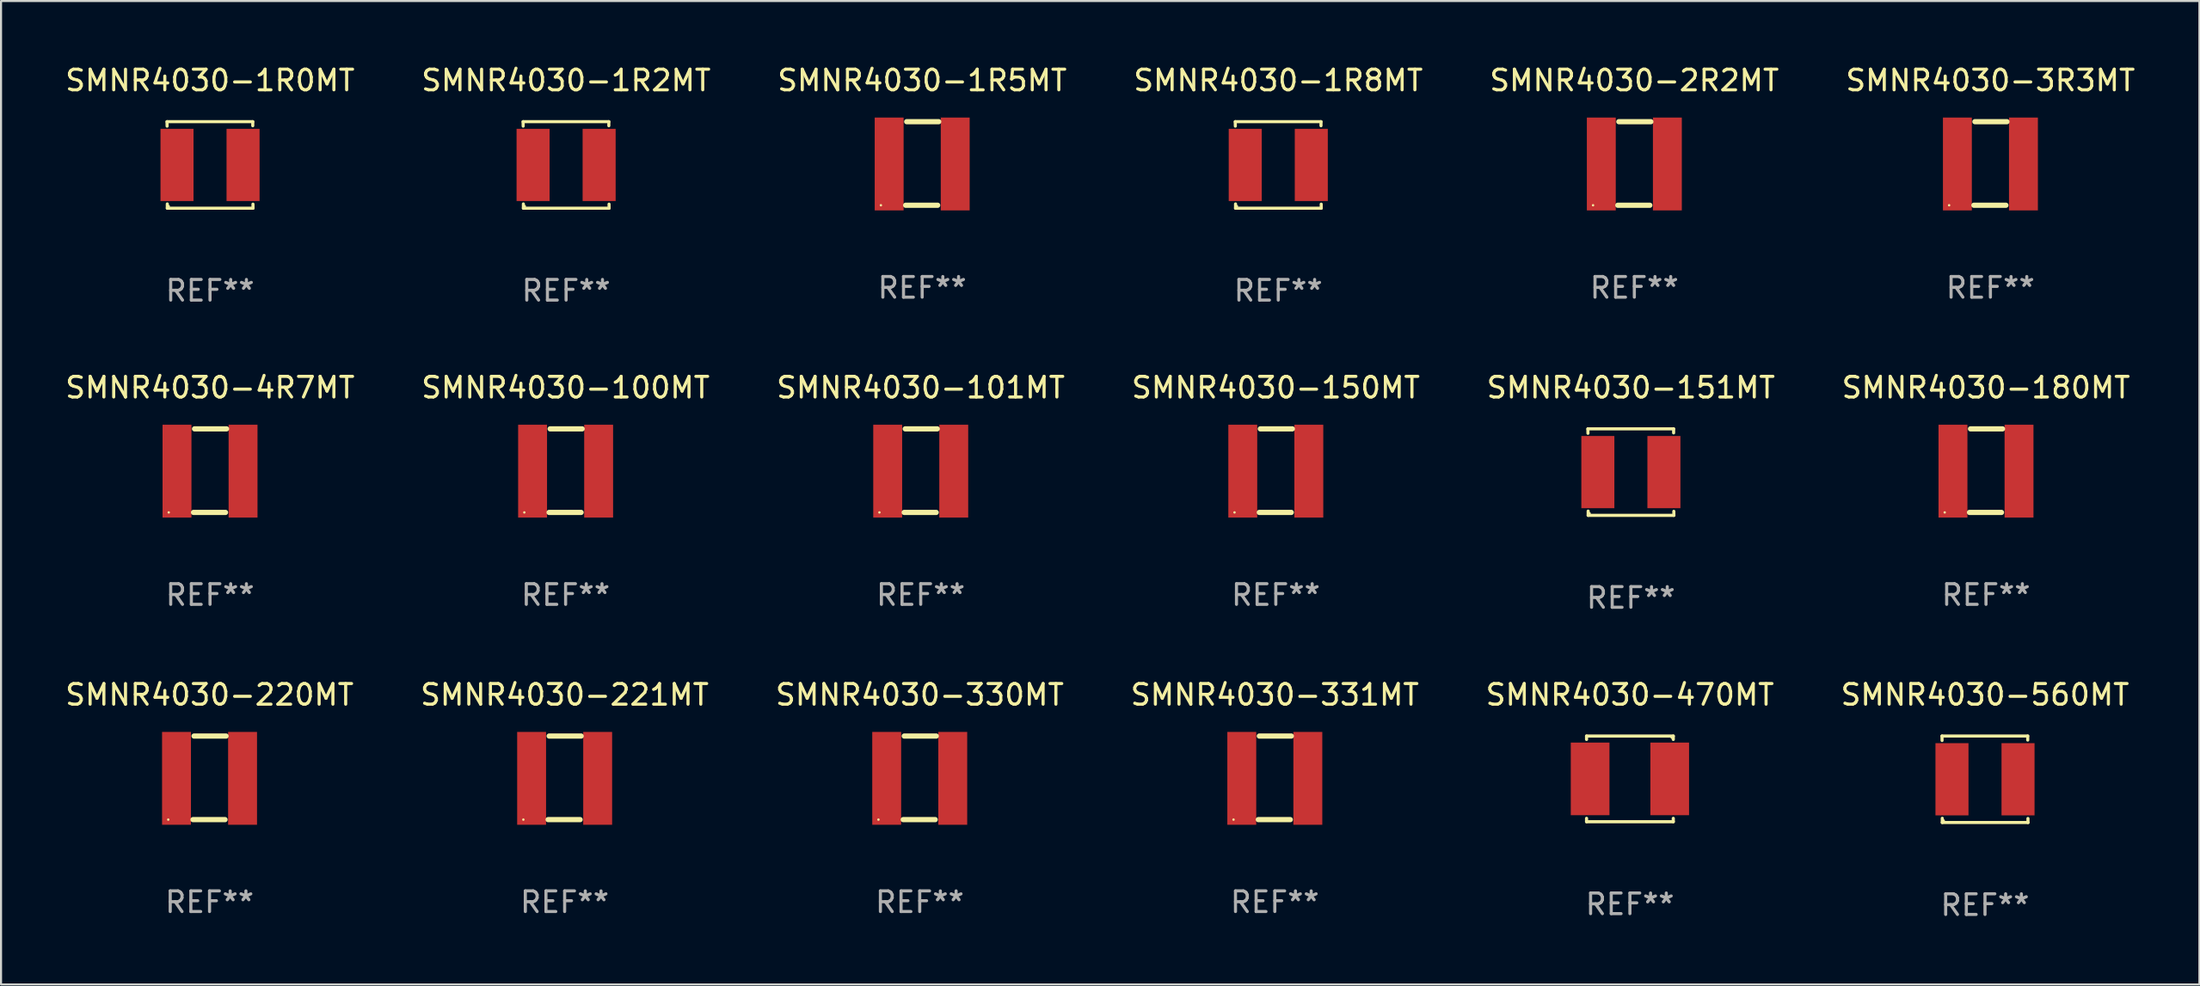
<source format=kicad_pcb>
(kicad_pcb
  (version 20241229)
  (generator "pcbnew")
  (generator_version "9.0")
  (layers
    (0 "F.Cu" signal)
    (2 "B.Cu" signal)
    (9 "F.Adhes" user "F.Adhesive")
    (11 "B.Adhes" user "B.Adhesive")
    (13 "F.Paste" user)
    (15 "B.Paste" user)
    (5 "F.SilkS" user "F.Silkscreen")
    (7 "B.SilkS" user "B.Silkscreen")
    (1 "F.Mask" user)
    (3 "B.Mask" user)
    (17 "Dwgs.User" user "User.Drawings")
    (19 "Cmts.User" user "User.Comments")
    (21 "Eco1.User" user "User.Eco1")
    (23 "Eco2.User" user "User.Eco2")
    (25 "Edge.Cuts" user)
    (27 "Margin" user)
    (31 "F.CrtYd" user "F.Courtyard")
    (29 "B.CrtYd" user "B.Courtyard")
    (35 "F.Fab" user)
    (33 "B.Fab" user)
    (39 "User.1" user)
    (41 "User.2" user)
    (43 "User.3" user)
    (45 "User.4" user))
  (footprint "SMNR4030-100MT"
    (layer "F.Cu")
    (at 24.351 19.761)
    (property "Reference" "SMNR4030-100MT" (at 0 -4.025 0) (layer "F.SilkS") (effects (font (size 1 1) (thickness 0.15))))
    (attr through_hole)
    (fp_line (start -0.8 2.025) (end 0.75 2.025) (stroke (width 0.254) (type solid)) (layer "F.SilkS"))
    (fp_line (start -0.75 -2.025) (end 0.8 -2.025) (stroke (width 0.254) (type solid)) (layer "F.SilkS"))
    (fp_circle (center -2 2.025) (end -1.97 2.025) (stroke (width 0.06) (type solid)) (fill no) (layer "F.SilkS"))
    (fp_text user "REF**" (at 0 6.025 0) (layer "F.Fab") (effects (font (size 1 1) (thickness 0.15))))
    (pad "1" smd rect (at -1.6 0.025) (size 1.4 4.5) (layers "F.Cu" "F.Mask" "F.Paste"))
    (pad "2" smd rect (at 1.6 0.025) (size 1.4 4.5) (layers "F.Cu" "F.Mask" "F.Paste")))
  (footprint "SMNR4030-151MT"
    (layer "F.Cu")
    (at 75.958 19.832)
    (property "Reference" "SMNR4030-151MT" (at 0 -4.096 0) (layer "F.SilkS") (effects (font (size 1 1) (thickness 0.15))))
    (attr through_hole)
    (fp_line (start -2.083 -2.096) (end -2.08 -1.88) (stroke (width 0.15) (type solid)) (layer "F.SilkS"))
    (fp_line (start -2.07 1.89) (end -2.07 2.096) (stroke (width 0.15) (type solid)) (layer "F.SilkS"))
    (fp_line (start -2.07 2.096) (end 2.083 2.096) (stroke (width 0.15) (type solid)) (layer "F.SilkS"))
    (fp_line (start 2.07 -1.9) (end 2.07 -2.096) (stroke (width 0.15) (type solid)) (layer "F.SilkS"))
    (fp_line (start 2.07 -2.096) (end -2.083 -2.096) (stroke (width 0.15) (type solid)) (layer "F.SilkS"))
    (fp_line (start 2.083 2.096) (end 2.08 1.9) (stroke (width 0.15) (type solid)) (layer "F.SilkS"))
    (fp_circle (center -2 2) (end -1.97 2) (stroke (width 0.06) (type solid)) (fill no) (layer "F.SilkS"))
    (fp_text user "REF**" (at 0 6.096 0) (layer "F.Fab") (effects (font (size 1 1) (thickness 0.15))))
    (pad "1" smd rect (at -1.6 -0.000343) (size 1.6 3.5) (layers "F.Cu" "F.Mask" "F.Paste"))
    (pad "2" smd rect (at 1.6 -0.000343) (size 1.6 3.5) (layers "F.Cu" "F.Mask" "F.Paste")))
  (footprint "SMNR4030-2R2MT"
    (layer "F.Cu")
    (at 76.125 4.873)
    (property "Reference" "SMNR4030-2R2MT" (at 0 -4.025 0) (layer "F.SilkS") (effects (font (size 1 1) (thickness 0.15))))
    (attr through_hole)
    (fp_line (start -0.8 2.025) (end 0.75 2.025) (stroke (width 0.254) (type solid)) (layer "F.SilkS"))
    (fp_line (start -0.75 -2.025) (end 0.8 -2.025) (stroke (width 0.254) (type solid)) (layer "F.SilkS"))
    (fp_circle (center -2 2.025) (end -1.97 2.025) (stroke (width 0.06) (type solid)) (fill no) (layer "F.SilkS"))
    (fp_text user "REF**" (at 0 6.025 0) (layer "F.Fab") (effects (font (size 1 1) (thickness 0.15))))
    (pad "1" smd rect (at -1.6 0.025) (size 1.4 4.5) (layers "F.Cu" "F.Mask" "F.Paste"))
    (pad "2" smd rect (at 1.6 0.025) (size 1.4 4.5) (layers "F.Cu" "F.Mask" "F.Paste")))
  (footprint "SMNR4030-1R5MT"
    (layer "F.Cu")
    (at 41.625 4.873)
    (property "Reference" "SMNR4030-1R5MT" (at 0 -4.025 0) (layer "F.SilkS") (effects (font (size 1 1) (thickness 0.15))))
    (attr through_hole)
    (fp_line (start -0.8 2.025) (end 0.75 2.025) (stroke (width 0.254) (type solid)) (layer "F.SilkS"))
    (fp_line (start -0.75 -2.025) (end 0.8 -2.025) (stroke (width 0.254) (type solid)) (layer "F.SilkS"))
    (fp_circle (center -2 2.025) (end -1.97 2.025) (stroke (width 0.06) (type solid)) (fill no) (layer "F.SilkS"))
    (fp_text user "REF**" (at 0 6.025 0) (layer "F.Fab") (effects (font (size 1 1) (thickness 0.15))))
    (pad "1" smd rect (at -1.6 0.025) (size 1.4 4.5) (layers "F.Cu" "F.Mask" "F.Paste"))
    (pad "2" smd rect (at 1.6 0.025) (size 1.4 4.5) (layers "F.Cu" "F.Mask" "F.Paste")))
  (footprint "SMNR4030-180MT"
    (layer "F.Cu")
    (at 93.161 19.761)
    (property "Reference" "SMNR4030-180MT" (at 0 -4.025 0) (layer "F.SilkS") (effects (font (size 1 1) (thickness 0.15))))
    (attr through_hole)
    (fp_line (start -0.8 2.025) (end 0.75 2.025) (stroke (width 0.254) (type solid)) (layer "F.SilkS"))
    (fp_line (start -0.75 -2.025) (end 0.8 -2.025) (stroke (width 0.254) (type solid)) (layer "F.SilkS"))
    (fp_circle (center -2 2.025) (end -1.97 2.025) (stroke (width 0.06) (type solid)) (fill no) (layer "F.SilkS"))
    (fp_text user "REF**" (at 0 6.025 0) (layer "F.Fab") (effects (font (size 1 1) (thickness 0.15))))
    (pad "1" smd rect (at -1.6 0.025) (size 1.4 4.5) (layers "F.Cu" "F.Mask" "F.Paste"))
    (pad "2" smd rect (at 1.6 0.025) (size 1.4 4.5) (layers "F.Cu" "F.Mask" "F.Paste")))
  (footprint "SMNR4030-150MT"
    (layer "F.Cu")
    (at 58.756 19.761)
    (property "Reference" "SMNR4030-150MT" (at 0 -4.025 0) (layer "F.SilkS") (effects (font (size 1 1) (thickness 0.15))))
    (attr through_hole)
    (fp_line (start -0.8 2.025) (end 0.75 2.025) (stroke (width 0.254) (type solid)) (layer "F.SilkS"))
    (fp_line (start -0.75 -2.025) (end 0.8 -2.025) (stroke (width 0.254) (type solid)) (layer "F.SilkS"))
    (fp_circle (center -2 2.025) (end -1.97 2.025) (stroke (width 0.06) (type solid)) (fill no) (layer "F.SilkS"))
    (fp_text user "REF**" (at 0 6.025 0) (layer "F.Fab") (effects (font (size 1 1) (thickness 0.15))))
    (pad "1" smd rect (at -1.6 0.025) (size 1.4 4.5) (layers "F.Cu" "F.Mask" "F.Paste"))
    (pad "2" smd rect (at 1.6 0.025) (size 1.4 4.5) (layers "F.Cu" "F.Mask" "F.Paste")))
  (footprint "SMNR4030-221MT"
    (layer "F.Cu")
    (at 24.304 34.65)
    (property "Reference" "SMNR4030-221MT" (at 0 -4.025 0) (layer "F.SilkS") (effects (font (size 1 1) (thickness 0.15))))
    (attr through_hole)
    (fp_line (start -0.8 2.025) (end 0.75 2.025) (stroke (width 0.254) (type solid)) (layer "F.SilkS"))
    (fp_line (start -0.75 -2.025) (end 0.8 -2.025) (stroke (width 0.254) (type solid)) (layer "F.SilkS"))
    (fp_circle (center -2 2.025) (end -1.97 2.025) (stroke (width 0.06) (type solid)) (fill no) (layer "F.SilkS"))
    (fp_text user "REF**" (at 0 6.025 0) (layer "F.Fab") (effects (font (size 1 1) (thickness 0.15))))
    (pad "1" smd rect (at -1.6 0.025) (size 1.4 4.5) (layers "F.Cu" "F.Mask" "F.Paste"))
    (pad "2" smd rect (at 1.6 0.025) (size 1.4 4.5) (layers "F.Cu" "F.Mask" "F.Paste")))
  (footprint "SMNR4030-331MT"
    (layer "F.Cu")
    (at 58.708 34.65)
    (property "Reference" "SMNR4030-331MT" (at 0 -4.025 0) (layer "F.SilkS") (effects (font (size 1 1) (thickness 0.15))))
    (attr through_hole)
    (fp_line (start -0.8 2.025) (end 0.75 2.025) (stroke (width 0.254) (type solid)) (layer "F.SilkS"))
    (fp_line (start -0.75 -2.025) (end 0.8 -2.025) (stroke (width 0.254) (type solid)) (layer "F.SilkS"))
    (fp_circle (center -2 2.025) (end -1.97 2.025) (stroke (width 0.06) (type solid)) (fill no) (layer "F.SilkS"))
    (fp_text user "REF**" (at 0 6.025 0) (layer "F.Fab") (effects (font (size 1 1) (thickness 0.15))))
    (pad "1" smd rect (at -1.6 0.025) (size 1.4 4.5) (layers "F.Cu" "F.Mask" "F.Paste"))
    (pad "2" smd rect (at 1.6 0.025) (size 1.4 4.5) (layers "F.Cu" "F.Mask" "F.Paste")))
  (footprint "SMNR4030-1R8MT"
    (layer "F.Cu")
    (at 58.875 4.944)
    (property "Reference" "SMNR4030-1R8MT" (at 0 -4.096 0) (layer "F.SilkS") (effects (font (size 1 1) (thickness 0.15))))
    (attr through_hole)
    (fp_line (start -2.083 -2.096) (end -2.08 -1.88) (stroke (width 0.15) (type solid)) (layer "F.SilkS"))
    (fp_line (start -2.07 1.89) (end -2.07 2.096) (stroke (width 0.15) (type solid)) (layer "F.SilkS"))
    (fp_line (start -2.07 2.096) (end 2.083 2.096) (stroke (width 0.15) (type solid)) (layer "F.SilkS"))
    (fp_line (start 2.07 -1.9) (end 2.07 -2.096) (stroke (width 0.15) (type solid)) (layer "F.SilkS"))
    (fp_line (start 2.07 -2.096) (end -2.083 -2.096) (stroke (width 0.15) (type solid)) (layer "F.SilkS"))
    (fp_line (start 2.083 2.096) (end 2.08 1.9) (stroke (width 0.15) (type solid)) (layer "F.SilkS"))
    (fp_circle (center -2 2) (end -1.97 2) (stroke (width 0.06) (type solid)) (fill no) (layer "F.SilkS"))
    (fp_text user "REF**" (at 0 6.096 0) (layer "F.Fab") (effects (font (size 1 1) (thickness 0.15))))
    (pad "1" smd rect (at -1.6 -0.000343) (size 1.6 3.5) (layers "F.Cu" "F.Mask" "F.Paste"))
    (pad "2" smd rect (at 1.6 -0.000343) (size 1.6 3.5) (layers "F.Cu" "F.Mask" "F.Paste")))
  (footprint "SMNR4030-1R0MT"
    (layer "F.Cu")
    (at 7.125 4.944)
    (property "Reference" "SMNR4030-1R0MT" (at 0 -4.096 0) (layer "F.SilkS") (effects (font (size 1 1) (thickness 0.15))))
    (attr through_hole)
    (fp_line (start -2.083 -2.096) (end -2.08 -1.88) (stroke (width 0.15) (type solid)) (layer "F.SilkS"))
    (fp_line (start -2.07 1.89) (end -2.07 2.096) (stroke (width 0.15) (type solid)) (layer "F.SilkS"))
    (fp_line (start -2.07 2.096) (end 2.083 2.096) (stroke (width 0.15) (type solid)) (layer "F.SilkS"))
    (fp_line (start 2.07 -1.9) (end 2.07 -2.096) (stroke (width 0.15) (type solid)) (layer "F.SilkS"))
    (fp_line (start 2.07 -2.096) (end -2.083 -2.096) (stroke (width 0.15) (type solid)) (layer "F.SilkS"))
    (fp_line (start 2.083 2.096) (end 2.08 1.9) (stroke (width 0.15) (type solid)) (layer "F.SilkS"))
    (fp_circle (center -2 2) (end -1.97 2) (stroke (width 0.06) (type solid)) (fill no) (layer "F.SilkS"))
    (fp_text user "REF**" (at 0 6.096 0) (layer "F.Fab") (effects (font (size 1 1) (thickness 0.15))))
    (pad "1" smd rect (at -1.6 -0.000343) (size 1.6 3.5) (layers "F.Cu" "F.Mask" "F.Paste"))
    (pad "2" smd rect (at 1.6 -0.000343) (size 1.6 3.5) (layers "F.Cu" "F.Mask" "F.Paste")))
  (footprint "SMNR4030-220MT"
    (layer "F.Cu")
    (at 7.101 34.65)
    (property "Reference" "SMNR4030-220MT" (at 0 -4.025 0) (layer "F.SilkS") (effects (font (size 1 1) (thickness 0.15))))
    (attr through_hole)
    (fp_line (start -0.8 2.025) (end 0.75 2.025) (stroke (width 0.254) (type solid)) (layer "F.SilkS"))
    (fp_line (start -0.75 -2.025) (end 0.8 -2.025) (stroke (width 0.254) (type solid)) (layer "F.SilkS"))
    (fp_circle (center -2 2.025) (end -1.97 2.025) (stroke (width 0.06) (type solid)) (fill no) (layer "F.SilkS"))
    (fp_text user "REF**" (at 0 6.025 0) (layer "F.Fab") (effects (font (size 1 1) (thickness 0.15))))
    (pad "1" smd rect (at -1.6 0.025) (size 1.4 4.5) (layers "F.Cu" "F.Mask" "F.Paste"))
    (pad "2" smd rect (at 1.6 0.025) (size 1.4 4.5) (layers "F.Cu" "F.Mask" "F.Paste")))
  (footprint "SMNR4030-3R3MT"
    (layer "F.Cu")
    (at 93.375 4.873)
    (property "Reference" "SMNR4030-3R3MT" (at 0 -4.025 0) (layer "F.SilkS") (effects (font (size 1 1) (thickness 0.15))))
    (attr through_hole)
    (fp_line (start -0.8 2.025) (end 0.75 2.025) (stroke (width 0.254) (type solid)) (layer "F.SilkS"))
    (fp_line (start -0.75 -2.025) (end 0.8 -2.025) (stroke (width 0.254) (type solid)) (layer "F.SilkS"))
    (fp_circle (center -2 2.025) (end -1.97 2.025) (stroke (width 0.06) (type solid)) (fill no) (layer "F.SilkS"))
    (fp_text user "REF**" (at 0 6.025 0) (layer "F.Fab") (effects (font (size 1 1) (thickness 0.15))))
    (pad "1" smd rect (at -1.6 0.025) (size 1.4 4.5) (layers "F.Cu" "F.Mask" "F.Paste"))
    (pad "2" smd rect (at 1.6 0.025) (size 1.4 4.5) (layers "F.Cu" "F.Mask" "F.Paste")))
  (footprint "SMNR4030-330MT"
    (layer "F.Cu")
    (at 41.506 34.65)
    (property "Reference" "SMNR4030-330MT" (at 0 -4.025 0) (layer "F.SilkS") (effects (font (size 1 1) (thickness 0.15))))
    (attr through_hole)
    (fp_line (start -0.8 2.025) (end 0.75 2.025) (stroke (width 0.254) (type solid)) (layer "F.SilkS"))
    (fp_line (start -0.75 -2.025) (end 0.8 -2.025) (stroke (width 0.254) (type solid)) (layer "F.SilkS"))
    (fp_circle (center -2 2.025) (end -1.97 2.025) (stroke (width 0.06) (type solid)) (fill no) (layer "F.SilkS"))
    (fp_text user "REF**" (at 0 6.025 0) (layer "F.Fab") (effects (font (size 1 1) (thickness 0.15))))
    (pad "1" smd rect (at -1.6 0.025) (size 1.4 4.5) (layers "F.Cu" "F.Mask" "F.Paste"))
    (pad "2" smd rect (at 1.6 0.025) (size 1.4 4.5) (layers "F.Cu" "F.Mask" "F.Paste")))
  (footprint "SMNR4030-470MT"
    (layer "F.Cu")
    (at 75.911 34.701)
    (property "Reference" "SMNR4030-470MT" (at 0 -4.076 0) (layer "F.SilkS") (effects (font (size 1 1) (thickness 0.15))))
    (attr through_hole)
    (fp_line (start -2.101 -2.076) (end 2.101 -2.076) (stroke (width 0.152) (type solid)) (layer "F.SilkS"))
    (fp_line (start -2.101 -1.912) (end -2.101 -2.076) (stroke (width 0.152) (type solid)) (layer "F.SilkS"))
    (fp_line (start -2.101 1.912) (end -2.101 2.076) (stroke (width 0.152) (type solid)) (layer "F.SilkS"))
    (fp_line (start -2.101 2.076) (end 2.101 2.076) (stroke (width 0.152) (type solid)) (layer "F.SilkS"))
    (fp_line (start 2.101 -2.076) (end 2.101 -1.912) (stroke (width 0.152) (type solid)) (layer "F.SilkS"))
    (fp_line (start 2.101 2.076) (end 2.101 1.912) (stroke (width 0.152) (type solid)) (layer "F.SilkS"))
    (fp_circle (center 2.025 -2) (end 2.055 -2) (stroke (width 0.06) (type solid)) (fill no) (layer "F.SilkS"))
    (fp_text user "REF**" (at 0 6.076 0) (layer "F.Fab") (effects (font (size 1 1) (thickness 0.15))))
    (pad "1" smd rect (at 1.928 0) (size 1.874 3.52) (layers "F.Cu" "F.Mask" "F.Paste"))
    (pad "2" smd rect (at -1.928 0) (size 1.874 3.52) (layers "F.Cu" "F.Mask" "F.Paste")))
  (footprint "SMNR4030-4R7MT"
    (layer "F.Cu")
    (at 7.125 19.761)
    (property "Reference" "SMNR4030-4R7MT" (at 0 -4.025 0) (layer "F.SilkS") (effects (font (size 1 1) (thickness 0.15))))
    (attr through_hole)
    (fp_line (start -0.8 2.025) (end 0.75 2.025) (stroke (width 0.254) (type solid)) (layer "F.SilkS"))
    (fp_line (start -0.75 -2.025) (end 0.8 -2.025) (stroke (width 0.254) (type solid)) (layer "F.SilkS"))
    (fp_circle (center -2 2.025) (end -1.97 2.025) (stroke (width 0.06) (type solid)) (fill no) (layer "F.SilkS"))
    (fp_text user "REF**" (at 0 6.025 0) (layer "F.Fab") (effects (font (size 1 1) (thickness 0.15))))
    (pad "1" smd rect (at -1.6 0.025) (size 1.4 4.5) (layers "F.Cu" "F.Mask" "F.Paste"))
    (pad "2" smd rect (at 1.6 0.025) (size 1.4 4.5) (layers "F.Cu" "F.Mask" "F.Paste")))
  (footprint "SMNR4030-1R2MT"
    (layer "F.Cu")
    (at 24.375 4.944)
    (property "Reference" "SMNR4030-1R2MT" (at 0 -4.096 0) (layer "F.SilkS") (effects (font (size 1 1) (thickness 0.15))))
    (attr through_hole)
    (fp_line (start -2.083 -2.096) (end -2.08 -1.88) (stroke (width 0.15) (type solid)) (layer "F.SilkS"))
    (fp_line (start -2.07 1.89) (end -2.07 2.096) (stroke (width 0.15) (type solid)) (layer "F.SilkS"))
    (fp_line (start -2.07 2.096) (end 2.083 2.096) (stroke (width 0.15) (type solid)) (layer "F.SilkS"))
    (fp_line (start 2.07 -1.9) (end 2.07 -2.096) (stroke (width 0.15) (type solid)) (layer "F.SilkS"))
    (fp_line (start 2.07 -2.096) (end -2.083 -2.096) (stroke (width 0.15) (type solid)) (layer "F.SilkS"))
    (fp_line (start 2.083 2.096) (end 2.08 1.9) (stroke (width 0.15) (type solid)) (layer "F.SilkS"))
    (fp_circle (center -2 2) (end -1.97 2) (stroke (width 0.06) (type solid)) (fill no) (layer "F.SilkS"))
    (fp_text user "REF**" (at 0 6.096 0) (layer "F.Fab") (effects (font (size 1 1) (thickness 0.15))))
    (pad "1" smd rect (at -1.6 -0.000343) (size 1.6 3.5) (layers "F.Cu" "F.Mask" "F.Paste"))
    (pad "2" smd rect (at 1.6 -0.000343) (size 1.6 3.5) (layers "F.Cu" "F.Mask" "F.Paste")))
  (footprint "SMNR4030-101MT"
    (layer "F.Cu")
    (at 41.554 19.761)
    (property "Reference" "SMNR4030-101MT" (at 0 -4.025 0) (layer "F.SilkS") (effects (font (size 1 1) (thickness 0.15))))
    (attr through_hole)
    (fp_line (start -0.8 2.025) (end 0.75 2.025) (stroke (width 0.254) (type solid)) (layer "F.SilkS"))
    (fp_line (start -0.75 -2.025) (end 0.8 -2.025) (stroke (width 0.254) (type solid)) (layer "F.SilkS"))
    (fp_circle (center -2 2.025) (end -1.97 2.025) (stroke (width 0.06) (type solid)) (fill no) (layer "F.SilkS"))
    (fp_text user "REF**" (at 0 6.025 0) (layer "F.Fab") (effects (font (size 1 1) (thickness 0.15))))
    (pad "1" smd rect (at -1.6 0.025) (size 1.4 4.5) (layers "F.Cu" "F.Mask" "F.Paste"))
    (pad "2" smd rect (at 1.6 0.025) (size 1.4 4.5) (layers "F.Cu" "F.Mask" "F.Paste")))
  (footprint "SMNR4030-560MT"
    (layer "F.Cu")
    (at 93.113 34.72)
    (property "Reference" "SMNR4030-560MT" (at 0 -4.096 0) (layer "F.SilkS") (effects (font (size 1 1) (thickness 0.15))))
    (attr through_hole)
    (fp_line (start -2.083 -2.096) (end -2.08 -1.88) (stroke (width 0.15) (type solid)) (layer "F.SilkS"))
    (fp_line (start -2.07 1.89) (end -2.07 2.096) (stroke (width 0.15) (type solid)) (layer "F.SilkS"))
    (fp_line (start -2.07 2.096) (end 2.083 2.096) (stroke (width 0.15) (type solid)) (layer "F.SilkS"))
    (fp_line (start 2.07 -1.9) (end 2.07 -2.096) (stroke (width 0.15) (type solid)) (layer "F.SilkS"))
    (fp_line (start 2.07 -2.096) (end -2.083 -2.096) (stroke (width 0.15) (type solid)) (layer "F.SilkS"))
    (fp_line (start 2.083 2.096) (end 2.08 1.9) (stroke (width 0.15) (type solid)) (layer "F.SilkS"))
    (fp_circle (center -2 2) (end -1.97 2) (stroke (width 0.06) (type solid)) (fill no) (layer "F.SilkS"))
    (fp_text user "REF**" (at 0 6.096 0) (layer "F.Fab") (effects (font (size 1 1) (thickness 0.15))))
    (pad "1" smd rect (at -1.6 -0.000343) (size 1.6 3.5) (layers "F.Cu" "F.Mask" "F.Paste"))
    (pad "2" smd rect (at 1.6 -0.000343) (size 1.6 3.5) (layers "F.Cu" "F.Mask" "F.Paste")))
  (gr_rect
    (start -3 -3)
    (end 103.5 44.665)
    (stroke (width 0.1) (type default))
    (fill no)
    (layer "Edge.Cuts")))
</source>
